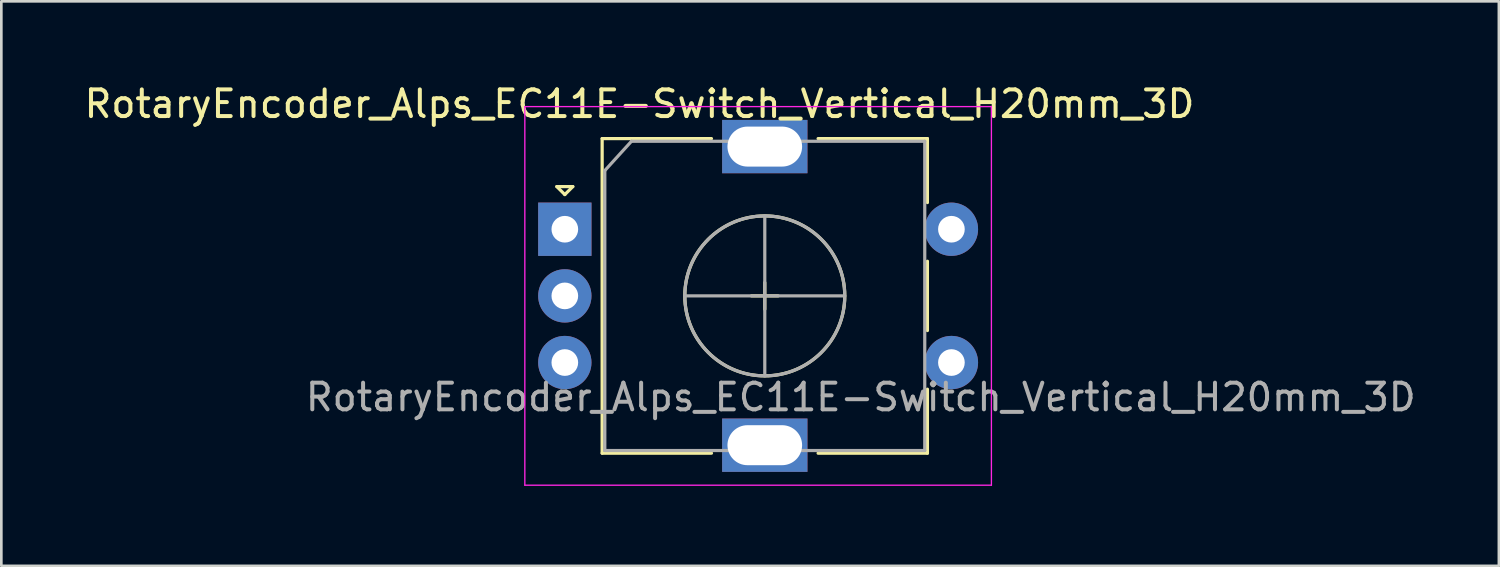
<source format=kicad_pcb>
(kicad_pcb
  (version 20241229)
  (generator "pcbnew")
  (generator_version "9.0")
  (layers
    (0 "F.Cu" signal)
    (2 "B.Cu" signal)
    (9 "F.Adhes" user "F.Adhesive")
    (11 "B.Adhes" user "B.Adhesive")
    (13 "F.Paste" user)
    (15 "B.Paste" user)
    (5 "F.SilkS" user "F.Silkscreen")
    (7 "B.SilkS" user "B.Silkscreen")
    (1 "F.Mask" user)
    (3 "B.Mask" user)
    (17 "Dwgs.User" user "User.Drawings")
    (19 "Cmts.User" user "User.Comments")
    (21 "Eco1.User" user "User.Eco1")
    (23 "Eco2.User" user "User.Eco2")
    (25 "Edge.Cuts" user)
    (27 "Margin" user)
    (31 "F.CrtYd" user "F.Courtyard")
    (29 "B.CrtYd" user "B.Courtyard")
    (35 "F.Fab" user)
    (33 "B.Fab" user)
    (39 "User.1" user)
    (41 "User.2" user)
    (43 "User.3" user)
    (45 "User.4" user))
  (footprint "RotaryEncoder_Alps_EC11E-Switch_Vertical_H20mm_3D"
    (layer "F.Cu")
    (at 18.135 5.548)
    (property "Reference" "RotaryEncoder_Alps_EC11E-Switch_Vertical_H20mm_3D" (at 2.8 -4.7 0) (layer "F.SilkS") (effects (font (size 1 1) (thickness 0.15))))
    (attr through_hole)
    (fp_line (start -0.3 -1.6) (end 0.3 -1.6) (stroke (width 0.12) (type solid)) (layer "F.SilkS"))
    (fp_line (start 0 -1.3) (end -0.3 -1.6) (stroke (width 0.12) (type solid)) (layer "F.SilkS"))
    (fp_line (start 0.3 -1.6) (end 0 -1.3) (stroke (width 0.12) (type solid)) (layer "F.SilkS"))
    (fp_line (start 1.4 -3.4) (end 1.4 8.4) (stroke (width 0.12) (type solid)) (layer "F.SilkS"))
    (fp_line (start 5.5 -3.4) (end 1.4 -3.4) (stroke (width 0.12) (type solid)) (layer "F.SilkS"))
    (fp_line (start 5.5 8.4) (end 1.4 8.4) (stroke (width 0.12) (type solid)) (layer "F.SilkS"))
    (fp_line (start 7 2.5) (end 8 2.5) (stroke (width 0.12) (type solid)) (layer "F.SilkS"))
    (fp_line (start 7.5 2) (end 7.5 3) (stroke (width 0.12) (type solid)) (layer "F.SilkS"))
    (fp_line (start 9.5 -3.4) (end 13.6 -3.4) (stroke (width 0.12) (type solid)) (layer "F.SilkS"))
    (fp_line (start 13.6 -3.4) (end 13.6 -1) (stroke (width 0.12) (type solid)) (layer "F.SilkS"))
    (fp_line (start 13.6 1.2) (end 13.6 3.8) (stroke (width 0.12) (type solid)) (layer "F.SilkS"))
    (fp_line (start 13.6 6) (end 13.6 8.4) (stroke (width 0.12) (type solid)) (layer "F.SilkS"))
    (fp_line (start 13.6 8.4) (end 9.5 8.4) (stroke (width 0.12) (type solid)) (layer "F.SilkS"))
    (fp_circle (center 7.5 2.5) (end 10.5 2.5) (stroke (width 0.12) (type solid)) (fill no) (layer "F.SilkS"))
    (fp_line (start -1.5 -4.6) (end -1.5 9.6) (stroke (width 0.05) (type solid)) (layer "F.CrtYd"))
    (fp_line (start -1.5 -4.6) (end 16 -4.6) (stroke (width 0.05) (type solid)) (layer "F.CrtYd"))
    (fp_line (start 16 9.6) (end -1.5 9.6) (stroke (width 0.05) (type solid)) (layer "F.CrtYd"))
    (fp_line (start 16 9.6) (end 16 -4.6) (stroke (width 0.05) (type solid)) (layer "F.CrtYd"))
    (fp_line (start 1.5 -2.2) (end 2.5 -3.3) (stroke (width 0.12) (type solid)) (layer "F.Fab"))
    (fp_line (start 1.5 8.3) (end 1.5 -2.2) (stroke (width 0.12) (type solid)) (layer "F.Fab"))
    (fp_line (start 2.5 -3.3) (end 13.5 -3.3) (stroke (width 0.12) (type solid)) (layer "F.Fab"))
    (fp_line (start 4.5 2.5) (end 10.5 2.5) (stroke (width 0.12) (type solid)) (layer "F.Fab"))
    (fp_line (start 7.5 -0.5) (end 7.5 5.5) (stroke (width 0.12) (type solid)) (layer "F.Fab"))
    (fp_line (start 13.5 -3.3) (end 13.5 8.3) (stroke (width 0.12) (type solid)) (layer "F.Fab"))
    (fp_line (start 13.5 8.3) (end 1.5 8.3) (stroke (width 0.12) (type solid)) (layer "F.Fab"))
    (fp_circle (center 7.5 2.5) (end 10.5 2.5) (stroke (width 0.12) (type solid)) (fill no) (layer "F.Fab"))
    (fp_text user "${REFERENCE}" (at 11.1 6.3 0) (layer "F.Fab") (effects (font (size 1 1) (thickness 0.15))))
    (pad "A" thru_hole rect (at 0 0) (size 2 2) (drill 1) (layers "*.Cu" "*.Mask"))
    (pad "B" thru_hole circle (at 0 5) (size 2 2) (drill 1) (layers "*.Cu" "*.Mask"))
    (pad "C" thru_hole circle (at 0 2.5) (size 2 2) (drill 1) (layers "*.Cu" "*.Mask"))
    (pad "MP" thru_hole rect (at 7.5 -3.1) (size 3.2 2) (drill oval 2.8 1.5) (layers "*.Cu" "*.Mask"))
    (pad "MP" thru_hole rect (at 7.5 8.1) (size 3.2 2) (drill oval 2.8 1.5) (layers "*.Cu" "*.Mask"))
    (pad "S1" thru_hole circle (at 14.5 5) (size 2 2) (drill 1) (layers "*.Cu" "*.Mask"))
    (pad "S2" thru_hole circle (at 14.5 0) (size 2 2) (drill 1) (layers "*.Cu" "*.Mask")))
  (gr_rect
    (start -3 -3)
    (end 53.169 18.173)
    (stroke (width 0.1) (type default))
    (fill no)
    (layer "Edge.Cuts")))
</source>
